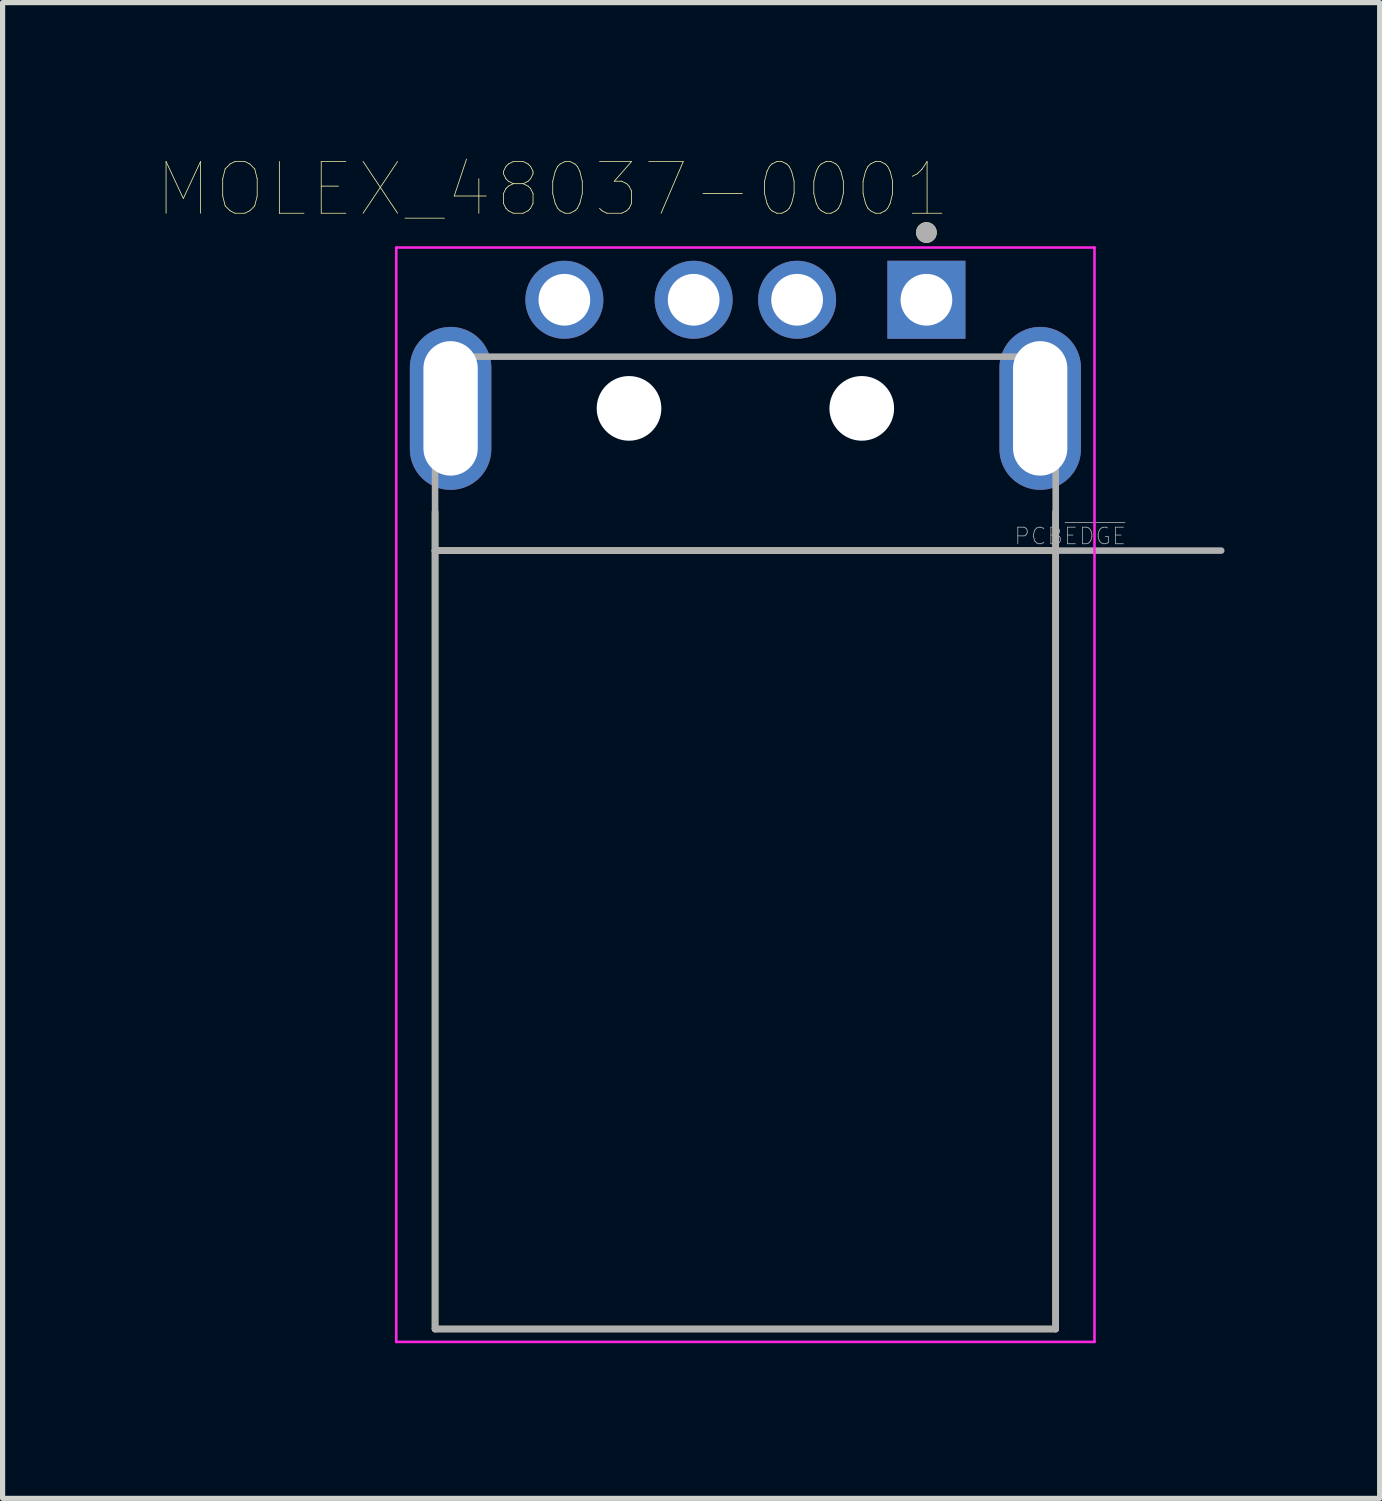
<source format=kicad_pcb>
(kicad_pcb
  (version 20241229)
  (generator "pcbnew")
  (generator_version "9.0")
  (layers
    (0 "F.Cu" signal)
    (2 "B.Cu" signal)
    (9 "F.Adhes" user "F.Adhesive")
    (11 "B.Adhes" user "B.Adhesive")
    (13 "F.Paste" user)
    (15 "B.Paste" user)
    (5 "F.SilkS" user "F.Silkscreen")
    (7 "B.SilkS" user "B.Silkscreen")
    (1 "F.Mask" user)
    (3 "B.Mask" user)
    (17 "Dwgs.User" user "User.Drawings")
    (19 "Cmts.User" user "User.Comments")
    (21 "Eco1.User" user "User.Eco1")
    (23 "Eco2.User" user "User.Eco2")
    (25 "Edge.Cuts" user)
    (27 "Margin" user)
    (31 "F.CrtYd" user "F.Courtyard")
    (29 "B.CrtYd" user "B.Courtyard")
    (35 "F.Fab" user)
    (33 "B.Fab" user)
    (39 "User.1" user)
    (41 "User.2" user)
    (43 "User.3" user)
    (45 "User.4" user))
  (footprint "MOLEX_48037-0001"
    (layer "F.Cu")
    (at 11.362 4.846)
    (property "Reference" "MOLEX_48037-0001" (at -3.725 -4.235 0) (layer "F.SilkS") (effects (font (size 1 1) (thickness 0.015))))
    (attr through_hole)
    (fp_line (start -6 2) (end -6 2.75) (stroke (width 0.127) (type solid)) (layer "F.SilkS"))
    (fp_line (start -6 2.75) (end -6 17.8) (stroke (width 0.127) (type solid)) (layer "F.SilkS"))
    (fp_line (start -6 2.75) (end 6 2.75) (stroke (width 0.127) (type solid)) (layer "F.SilkS"))
    (fp_line (start -6 17.8) (end 6 17.8) (stroke (width 0.127) (type solid)) (layer "F.SilkS"))
    (fp_line (start 6 2.75) (end 6 2) (stroke (width 0.127) (type solid)) (layer "F.SilkS"))
    (fp_line (start 6 17.8) (end 6 2.75) (stroke (width 0.127) (type solid)) (layer "F.SilkS"))
    (fp_circle (center 3.5 -3.4) (end 3.6 -3.4) (stroke (width 0.2) (type solid)) (fill no) (layer "F.SilkS"))
    (fp_line (start -6.75 -3.11) (end -6.75 18.05) (stroke (width 0.05) (type solid)) (layer "F.CrtYd"))
    (fp_line (start -6.75 18.05) (end 6.75 18.05) (stroke (width 0.05) (type solid)) (layer "F.CrtYd"))
    (fp_line (start 6.75 -3.11) (end -6.75 -3.11) (stroke (width 0.05) (type solid)) (layer "F.CrtYd"))
    (fp_line (start 6.75 18.05) (end 6.75 -3.11) (stroke (width 0.05) (type solid)) (layer "F.CrtYd"))
    (fp_line (start -6 -1) (end -6 2.75) (stroke (width 0.127) (type solid)) (layer "F.Fab"))
    (fp_line (start -6 2.75) (end -6 17.8) (stroke (width 0.127) (type solid)) (layer "F.Fab"))
    (fp_line (start -6 2.75) (end 6 2.75) (stroke (width 0.127) (type solid)) (layer "F.Fab"))
    (fp_line (start -6 17.8) (end 6 17.8) (stroke (width 0.127) (type solid)) (layer "F.Fab"))
    (fp_line (start 6 -1) (end -6 -1) (stroke (width 0.127) (type solid)) (layer "F.Fab"))
    (fp_line (start 6 2.75) (end 6 -1) (stroke (width 0.127) (type solid)) (layer "F.Fab"))
    (fp_line (start 6 2.75) (end 9.2 2.75) (stroke (width 0.127) (type solid)) (layer "F.Fab"))
    (fp_line (start 6 17.8) (end 6 2.75) (stroke (width 0.127) (type solid)) (layer "F.Fab"))
    (fp_circle (center 3.5 -3.4) (end 3.6 -3.4) (stroke (width 0.2) (type solid)) (fill no) (layer "F.Fab"))
    (fp_text user "PCB~{EDGE}" (at 6.28 2.47 0) (layer "F.Fab") (effects (font (size 0.32 0.32) (thickness 0.015))))
    (pad "" np_thru_hole circle (at -2.25 0) (size 1.25 1.25) (drill 1.25) (layers "*.Cu" "*.Mask"))
    (pad "" np_thru_hole circle (at 2.25 0) (size 1.25 1.25) (drill 1.25) (layers "*.Cu" "*.Mask"))
    (pad "1" thru_hole rect (at 3.5 -2.1) (size 1.508 1.508) (drill 1) (layers "*.Cu" "*.Mask"))
    (pad "2" thru_hole circle (at 1 -2.1) (size 1.508 1.508) (drill 1) (layers "*.Cu" "*.Mask"))
    (pad "3" thru_hole circle (at -1 -2.1) (size 1.508 1.508) (drill 1) (layers "*.Cu" "*.Mask"))
    (pad "4" thru_hole circle (at -3.5 -2.1) (size 1.508 1.508) (drill 1) (layers "*.Cu" "*.Mask"))
    (pad "S1" thru_hole oval (at 5.7 0) (size 1.575 3.15) (drill oval 1.05 2.6) (layers "*.Cu" "*.Mask"))
    (pad "S2" thru_hole oval (at -5.7 0) (size 1.575 3.15) (drill oval 1.05 2.6) (layers "*.Cu" "*.Mask")))
  (gr_rect
    (start -3 -3)
    (end 23.625 25.921)
    (stroke (width 0.1) (type default))
    (fill no)
    (layer "Edge.Cuts")))
</source>
